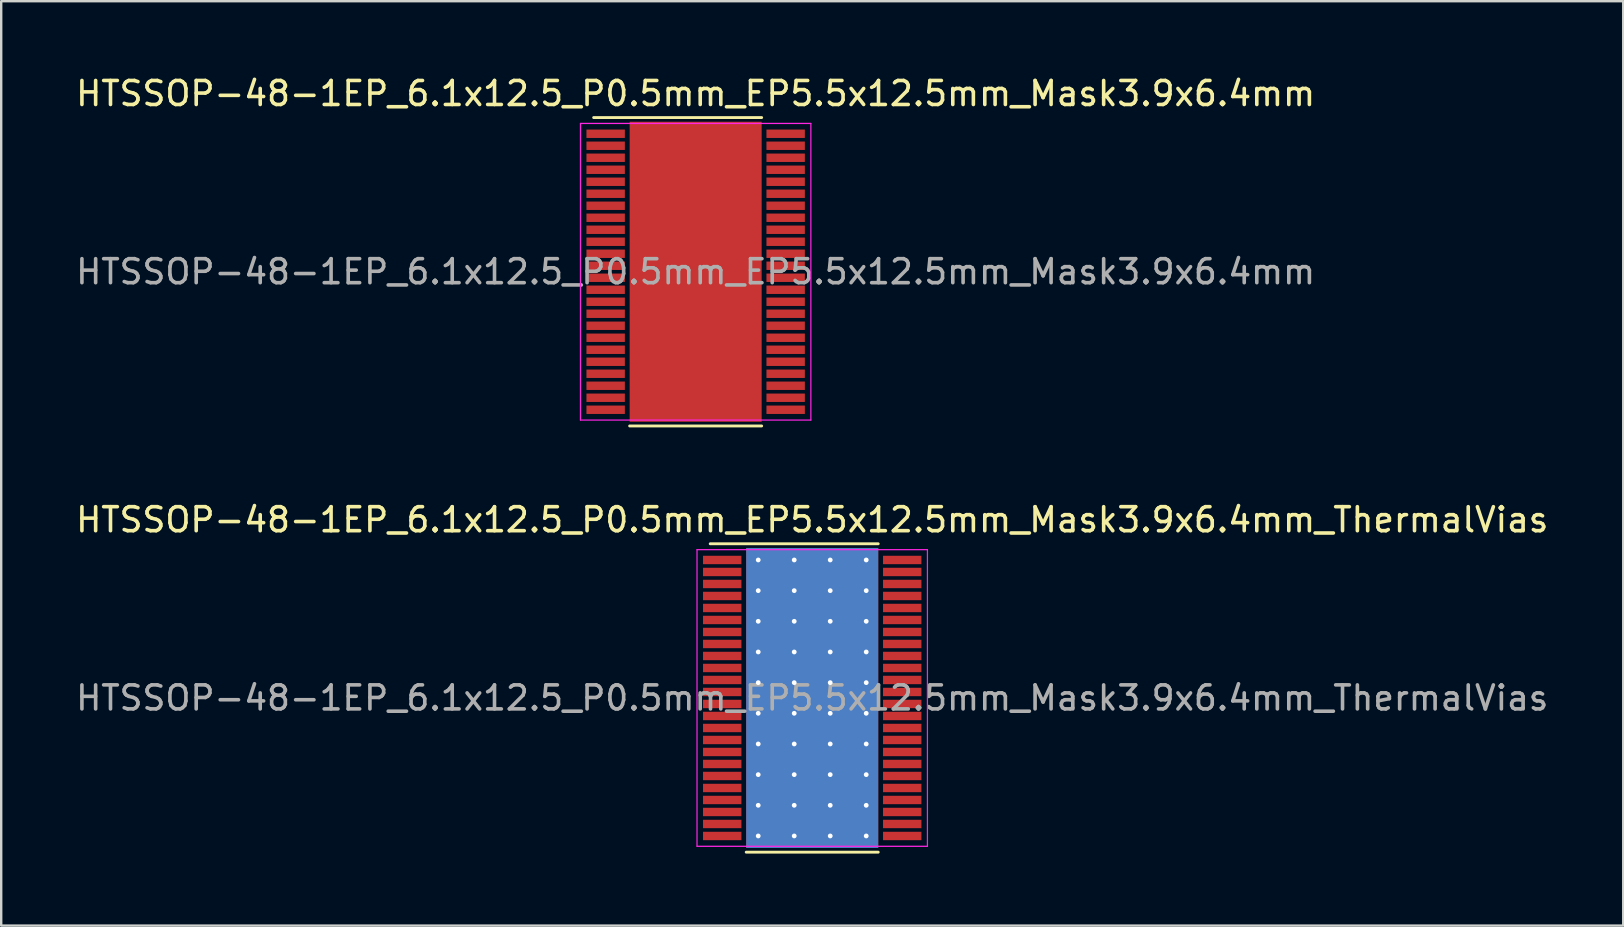
<source format=kicad_pcb>
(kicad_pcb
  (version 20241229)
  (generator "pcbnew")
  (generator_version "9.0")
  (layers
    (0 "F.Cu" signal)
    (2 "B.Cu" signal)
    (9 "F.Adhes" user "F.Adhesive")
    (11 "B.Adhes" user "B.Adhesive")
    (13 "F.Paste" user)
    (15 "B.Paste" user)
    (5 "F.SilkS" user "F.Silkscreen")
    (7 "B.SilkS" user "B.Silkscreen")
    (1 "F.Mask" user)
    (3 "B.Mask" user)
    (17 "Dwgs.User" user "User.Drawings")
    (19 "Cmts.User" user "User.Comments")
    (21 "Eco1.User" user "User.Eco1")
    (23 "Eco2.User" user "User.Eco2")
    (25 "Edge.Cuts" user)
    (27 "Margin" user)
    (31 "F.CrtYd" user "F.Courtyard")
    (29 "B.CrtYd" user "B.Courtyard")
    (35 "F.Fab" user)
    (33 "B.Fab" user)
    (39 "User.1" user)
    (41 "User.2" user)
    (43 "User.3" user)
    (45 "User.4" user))
  (footprint "HTSSOP-48-1EP_6.1x12.5_P0.5mm_EP5.5x12.5mm_Mask3.9x6.4mm_ThermalVias"
    (layer "F.Cu")
    (at 30.792 26.032)
    (property "Reference" "HTSSOP-48-1EP_6.1x12.5_P0.5mm_EP5.5x12.5mm_Mask3.9x6.4mm_ThermalVias" (at 0 -7.425 0) (layer "F.SilkS") (effects (font (size 1 1) (thickness 0.15))))
    (attr smd)
    (fp_line (start -4.25 -6.425) (end 2.75 -6.425) (stroke (width 0.12) (type solid)) (layer "F.SilkS"))
    (fp_line (start 2.75 6.425) (end -2.75 6.425) (stroke (width 0.12) (type solid)) (layer "F.SilkS"))
    (fp_line (start -4.8 -6.18) (end 4.8 -6.18) (stroke (width 0.05) (type solid)) (layer "F.CrtYd"))
    (fp_line (start -4.8 6.18) (end -4.8 -6.18) (stroke (width 0.05) (type solid)) (layer "F.CrtYd"))
    (fp_line (start 4.8 -6.18) (end 4.8 6.18) (stroke (width 0.05) (type solid)) (layer "F.CrtYd"))
    (fp_line (start 4.8 6.18) (end -4.8 6.18) (stroke (width 0.05) (type solid)) (layer "F.CrtYd"))
    (fp_text user "${REFERENCE}" (at 0 0 0) (layer "F.Fab") (effects (font (size 1 1) (thickness 0.15))))
    (pad "" smd rect (at -0.8 -1.5 270) (size 2.5 1.25) (layers "F.Paste"))
    (pad "" smd rect (at -0.8 1.5 270) (size 2.5 1.25) (layers "F.Paste"))
    (pad "" smd rect (at 0 0 270) (size 6.4 3.9) (layers "F.Mask"))
    (pad "" smd rect (at 0.8 -1.5 270) (size 2.5 1.25) (layers "F.Paste"))
    (pad "" smd rect (at 0.8 1.5 270) (size 2.5 1.25) (layers "F.Paste"))
    (pad "1" smd rect (at -3.75 -5.75 270) (size 0.35 1.6) (layers "F.Cu" "F.Mask" "F.Paste"))
    (pad "2" smd rect (at -3.75 -5.25 270) (size 0.35 1.6) (layers "F.Cu" "F.Mask" "F.Paste"))
    (pad "3" smd rect (at -3.75 -4.75 270) (size 0.35 1.6) (layers "F.Cu" "F.Mask" "F.Paste"))
    (pad "4" smd rect (at -3.75 -4.25 270) (size 0.35 1.6) (layers "F.Cu" "F.Mask" "F.Paste"))
    (pad "5" smd rect (at -3.75 -3.75 270) (size 0.35 1.6) (layers "F.Cu" "F.Mask" "F.Paste"))
    (pad "6" smd rect (at -3.75 -3.25 270) (size 0.35 1.6) (layers "F.Cu" "F.Mask" "F.Paste"))
    (pad "7" smd rect (at -3.75 -2.75 270) (size 0.35 1.6) (layers "F.Cu" "F.Mask" "F.Paste"))
    (pad "8" smd rect (at -3.75 -2.25 270) (size 0.35 1.6) (layers "F.Cu" "F.Mask" "F.Paste"))
    (pad "9" smd rect (at -3.75 -1.75 270) (size 0.35 1.6) (layers "F.Cu" "F.Mask" "F.Paste"))
    (pad "10" smd rect (at -3.75 -1.25 270) (size 0.35 1.6) (layers "F.Cu" "F.Mask" "F.Paste"))
    (pad "11" smd rect (at -3.75 -0.75 270) (size 0.35 1.6) (layers "F.Cu" "F.Mask" "F.Paste"))
    (pad "12" smd rect (at -3.75 -0.25 270) (size 0.35 1.6) (layers "F.Cu" "F.Mask" "F.Paste"))
    (pad "13" smd rect (at -3.75 0.25 270) (size 0.35 1.6) (layers "F.Cu" "F.Mask" "F.Paste"))
    (pad "14" smd rect (at -3.75 0.75 270) (size 0.35 1.6) (layers "F.Cu" "F.Mask" "F.Paste"))
    (pad "15" smd rect (at -3.75 1.25 270) (size 0.35 1.6) (layers "F.Cu" "F.Mask" "F.Paste"))
    (pad "16" smd rect (at -3.75 1.75 270) (size 0.35 1.6) (layers "F.Cu" "F.Mask" "F.Paste"))
    (pad "17" smd rect (at -3.75 2.25 270) (size 0.35 1.6) (layers "F.Cu" "F.Mask" "F.Paste"))
    (pad "18" smd rect (at -3.75 2.75 270) (size 0.35 1.6) (layers "F.Cu" "F.Mask" "F.Paste"))
    (pad "19" smd rect (at -3.75 3.25 270) (size 0.35 1.6) (layers "F.Cu" "F.Mask" "F.Paste"))
    (pad "20" smd rect (at -3.75 3.75 270) (size 0.35 1.6) (layers "F.Cu" "F.Mask" "F.Paste"))
    (pad "21" smd rect (at -3.75 4.25 270) (size 0.35 1.6) (layers "F.Cu" "F.Mask" "F.Paste"))
    (pad "22" smd rect (at -3.75 4.75 270) (size 0.35 1.6) (layers "F.Cu" "F.Mask" "F.Paste"))
    (pad "23" smd rect (at -3.75 5.25 270) (size 0.35 1.6) (layers "F.Cu" "F.Mask" "F.Paste"))
    (pad "24" smd rect (at -3.75 5.75 270) (size 0.35 1.6) (layers "F.Cu" "F.Mask" "F.Paste"))
    (pad "25" smd rect (at 3.75 5.75 270) (size 0.35 1.6) (layers "F.Cu" "F.Mask" "F.Paste"))
    (pad "26" smd rect (at 3.75 5.25 270) (size 0.35 1.6) (layers "F.Cu" "F.Mask" "F.Paste"))
    (pad "27" smd rect (at 3.75 4.75 270) (size 0.35 1.6) (layers "F.Cu" "F.Mask" "F.Paste"))
    (pad "28" smd rect (at 3.75 4.25 270) (size 0.35 1.6) (layers "F.Cu" "F.Mask" "F.Paste"))
    (pad "29" smd rect (at 3.75 3.75 270) (size 0.35 1.6) (layers "F.Cu" "F.Mask" "F.Paste"))
    (pad "30" smd rect (at 3.75 3.25 270) (size 0.35 1.6) (layers "F.Cu" "F.Mask" "F.Paste"))
    (pad "31" smd rect (at 3.75 2.75 270) (size 0.35 1.6) (layers "F.Cu" "F.Mask" "F.Paste"))
    (pad "32" smd rect (at 3.75 2.25 270) (size 0.35 1.6) (layers "F.Cu" "F.Mask" "F.Paste"))
    (pad "33" smd rect (at 3.75 1.75 270) (size 0.35 1.6) (layers "F.Cu" "F.Mask" "F.Paste"))
    (pad "34" smd rect (at 3.75 1.25 270) (size 0.35 1.6) (layers "F.Cu" "F.Mask" "F.Paste"))
    (pad "35" smd rect (at 3.75 0.75 270) (size 0.35 1.6) (layers "F.Cu" "F.Mask" "F.Paste"))
    (pad "36" smd rect (at 3.75 0.25 270) (size 0.35 1.6) (layers "F.Cu" "F.Mask" "F.Paste"))
    (pad "37" smd rect (at 3.75 -0.25 270) (size 0.35 1.6) (layers "F.Cu" "F.Mask" "F.Paste"))
    (pad "38" smd rect (at 3.75 -0.75 270) (size 0.35 1.6) (layers "F.Cu" "F.Mask" "F.Paste"))
    (pad "39" smd rect (at 3.75 -1.25 270) (size 0.35 1.6) (layers "F.Cu" "F.Mask" "F.Paste"))
    (pad "40" smd rect (at 3.75 -1.75 270) (size 0.35 1.6) (layers "F.Cu" "F.Mask" "F.Paste"))
    (pad "41" smd rect (at 3.75 -2.25 270) (size 0.35 1.6) (layers "F.Cu" "F.Mask" "F.Paste"))
    (pad "42" smd rect (at 3.75 -2.75 270) (size 0.35 1.6) (layers "F.Cu" "F.Mask" "F.Paste"))
    (pad "43" smd rect (at 3.75 -3.25 270) (size 0.35 1.6) (layers "F.Cu" "F.Mask" "F.Paste"))
    (pad "44" smd rect (at 3.75 -3.75 270) (size 0.35 1.6) (layers "F.Cu" "F.Mask" "F.Paste"))
    (pad "45" smd rect (at 3.75 -4.25 270) (size 0.35 1.6) (layers "F.Cu" "F.Mask" "F.Paste"))
    (pad "46" smd rect (at 3.75 -4.75 270) (size 0.35 1.6) (layers "F.Cu" "F.Mask" "F.Paste"))
    (pad "47" smd rect (at 3.75 -5.25 270) (size 0.35 1.6) (layers "F.Cu" "F.Mask" "F.Paste"))
    (pad "48" smd rect (at 3.75 -5.75 270) (size 0.35 1.6) (layers "F.Cu" "F.Mask" "F.Paste"))
    (pad "49" thru_hole circle (at -2.25 -5.75 270) (size 0.5 0.5) (drill 0.2) (layers "*.Cu"))
    (pad "49" thru_hole circle (at -2.25 -4.472 270) (size 0.5 0.5) (drill 0.2) (layers "*.Cu"))
    (pad "49" thru_hole circle (at -2.25 -3.195 270) (size 0.5 0.5) (drill 0.2) (layers "*.Cu"))
    (pad "49" thru_hole circle (at -2.25 -1.917 270) (size 0.5 0.5) (drill 0.2) (layers "*.Cu"))
    (pad "49" thru_hole circle (at -2.25 -0.639 270) (size 0.5 0.5) (drill 0.2) (layers "*.Cu"))
    (pad "49" thru_hole circle (at -2.25 0.638 270) (size 0.5 0.5) (drill 0.2) (layers "*.Cu"))
    (pad "49" thru_hole circle (at -2.25 1.916 270) (size 0.5 0.5) (drill 0.2) (layers "*.Cu"))
    (pad "49" thru_hole circle (at -2.25 3.194 270) (size 0.5 0.5) (drill 0.2) (layers "*.Cu"))
    (pad "49" thru_hole circle (at -2.25 4.472 270) (size 0.5 0.5) (drill 0.2) (layers "*.Cu"))
    (pad "49" thru_hole circle (at -2.25 5.749 270) (size 0.5 0.5) (drill 0.2) (layers "*.Cu"))
    (pad "49" thru_hole circle (at -0.75 -5.75 270) (size 0.5 0.5) (drill 0.2) (layers "*.Cu"))
    (pad "49" thru_hole circle (at -0.75 -4.472 270) (size 0.5 0.5) (drill 0.2) (layers "*.Cu"))
    (pad "49" thru_hole circle (at -0.75 -3.195 270) (size 0.5 0.5) (drill 0.2) (layers "*.Cu"))
    (pad "49" thru_hole circle (at -0.75 -1.917 270) (size 0.5 0.5) (drill 0.2) (layers "*.Cu"))
    (pad "49" thru_hole circle (at -0.75 -0.639 270) (size 0.5 0.5) (drill 0.2) (layers "*.Cu"))
    (pad "49" thru_hole circle (at -0.75 0.638 270) (size 0.5 0.5) (drill 0.2) (layers "*.Cu"))
    (pad "49" thru_hole circle (at -0.75 1.916 270) (size 0.5 0.5) (drill 0.2) (layers "*.Cu"))
    (pad "49" thru_hole circle (at -0.75 3.194 270) (size 0.5 0.5) (drill 0.2) (layers "*.Cu"))
    (pad "49" thru_hole circle (at -0.75 4.472 270) (size 0.5 0.5) (drill 0.2) (layers "*.Cu"))
    (pad "49" thru_hole circle (at -0.75 5.749 270) (size 0.5 0.5) (drill 0.2) (layers "*.Cu"))
    (pad "49" smd rect (at 0 0 270) (size 12.5 5.5) (layers "F.Cu"))
    (pad "49" smd rect (at 0 0 270) (size 12.5 5.5) (layers "B.Cu"))
    (pad "49" thru_hole circle (at 0.75 -5.75 270) (size 0.5 0.5) (drill 0.2) (layers "*.Cu"))
    (pad "49" thru_hole circle (at 0.75 -4.472 270) (size 0.5 0.5) (drill 0.2) (layers "*.Cu"))
    (pad "49" thru_hole circle (at 0.75 -3.195 270) (size 0.5 0.5) (drill 0.2) (layers "*.Cu"))
    (pad "49" thru_hole circle (at 0.75 -1.917 270) (size 0.5 0.5) (drill 0.2) (layers "*.Cu"))
    (pad "49" thru_hole circle (at 0.75 -0.639 270) (size 0.5 0.5) (drill 0.2) (layers "*.Cu"))
    (pad "49" thru_hole circle (at 0.75 0.638 270) (size 0.5 0.5) (drill 0.2) (layers "*.Cu"))
    (pad "49" thru_hole circle (at 0.75 1.916 270) (size 0.5 0.5) (drill 0.2) (layers "*.Cu"))
    (pad "49" thru_hole circle (at 0.75 3.194 270) (size 0.5 0.5) (drill 0.2) (layers "*.Cu"))
    (pad "49" thru_hole circle (at 0.75 4.472 270) (size 0.5 0.5) (drill 0.2) (layers "*.Cu"))
    (pad "49" thru_hole circle (at 0.75 5.749 270) (size 0.5 0.5) (drill 0.2) (layers "*.Cu"))
    (pad "49" thru_hole circle (at 2.25 -5.75 270) (size 0.5 0.5) (drill 0.2) (layers "*.Cu"))
    (pad "49" thru_hole circle (at 2.25 -4.472 270) (size 0.5 0.5) (drill 0.2) (layers "*.Cu"))
    (pad "49" thru_hole circle (at 2.25 -3.195 270) (size 0.5 0.5) (drill 0.2) (layers "*.Cu"))
    (pad "49" thru_hole circle (at 2.25 -1.917 270) (size 0.5 0.5) (drill 0.2) (layers "*.Cu"))
    (pad "49" thru_hole circle (at 2.25 -0.639 270) (size 0.5 0.5) (drill 0.2) (layers "*.Cu"))
    (pad "49" thru_hole circle (at 2.25 0.638 270) (size 0.5 0.5) (drill 0.2) (layers "*.Cu"))
    (pad "49" thru_hole circle (at 2.25 1.916 270) (size 0.5 0.5) (drill 0.2) (layers "*.Cu"))
    (pad "49" thru_hole circle (at 2.25 3.194 270) (size 0.5 0.5) (drill 0.2) (layers "*.Cu"))
    (pad "49" thru_hole circle (at 2.25 4.472 270) (size 0.5 0.5) (drill 0.2) (layers "*.Cu"))
    (pad "49" thru_hole circle (at 2.25 5.749 270) (size 0.5 0.5) (drill 0.2) (layers "*.Cu")))
  (footprint "HTSSOP-48-1EP_6.1x12.5_P0.5mm_EP5.5x12.5mm_Mask3.9x6.4mm"
    (layer "F.Cu")
    (at 25.935 8.273)
    (property "Reference" "HTSSOP-48-1EP_6.1x12.5_P0.5mm_EP5.5x12.5mm_Mask3.9x6.4mm" (at 0 -7.425 0) (layer "F.SilkS") (effects (font (size 1 1) (thickness 0.15))))
    (attr smd)
    (fp_line (start -4.25 -6.425) (end 2.75 -6.425) (stroke (width 0.12) (type solid)) (layer "F.SilkS"))
    (fp_line (start 2.75 6.425) (end -2.75 6.425) (stroke (width 0.12) (type solid)) (layer "F.SilkS"))
    (fp_line (start -4.8 -6.18) (end 4.8 -6.18) (stroke (width 0.05) (type solid)) (layer "F.CrtYd"))
    (fp_line (start -4.8 6.18) (end -4.8 -6.18) (stroke (width 0.05) (type solid)) (layer "F.CrtYd"))
    (fp_line (start 4.8 -6.18) (end 4.8 6.18) (stroke (width 0.05) (type solid)) (layer "F.CrtYd"))
    (fp_line (start 4.8 6.18) (end -4.8 6.18) (stroke (width 0.05) (type solid)) (layer "F.CrtYd"))
    (fp_text user "${REFERENCE}" (at 0 0 0) (layer "F.Fab") (effects (font (size 1 1) (thickness 0.15))))
    (pad "" smd rect (at -0.8 -1.5 270) (size 2.5 1.25) (layers "F.Paste"))
    (pad "" smd rect (at -0.8 1.5 270) (size 2.5 1.25) (layers "F.Paste"))
    (pad "" smd rect (at 0 0 270) (size 6.4 3.9) (layers "F.Mask"))
    (pad "" smd rect (at 0.8 -1.5 270) (size 2.5 1.25) (layers "F.Paste"))
    (pad "" smd rect (at 0.8 1.5 270) (size 2.5 1.25) (layers "F.Paste"))
    (pad "1" smd rect (at -3.75 -5.75 270) (size 0.35 1.6) (layers "F.Cu" "F.Mask" "F.Paste"))
    (pad "2" smd rect (at -3.75 -5.25 270) (size 0.35 1.6) (layers "F.Cu" "F.Mask" "F.Paste"))
    (pad "3" smd rect (at -3.75 -4.75 270) (size 0.35 1.6) (layers "F.Cu" "F.Mask" "F.Paste"))
    (pad "4" smd rect (at -3.75 -4.25 270) (size 0.35 1.6) (layers "F.Cu" "F.Mask" "F.Paste"))
    (pad "5" smd rect (at -3.75 -3.75 270) (size 0.35 1.6) (layers "F.Cu" "F.Mask" "F.Paste"))
    (pad "6" smd rect (at -3.75 -3.25 270) (size 0.35 1.6) (layers "F.Cu" "F.Mask" "F.Paste"))
    (pad "7" smd rect (at -3.75 -2.75 270) (size 0.35 1.6) (layers "F.Cu" "F.Mask" "F.Paste"))
    (pad "8" smd rect (at -3.75 -2.25 270) (size 0.35 1.6) (layers "F.Cu" "F.Mask" "F.Paste"))
    (pad "9" smd rect (at -3.75 -1.75 270) (size 0.35 1.6) (layers "F.Cu" "F.Mask" "F.Paste"))
    (pad "10" smd rect (at -3.75 -1.25 270) (size 0.35 1.6) (layers "F.Cu" "F.Mask" "F.Paste"))
    (pad "11" smd rect (at -3.75 -0.75 270) (size 0.35 1.6) (layers "F.Cu" "F.Mask" "F.Paste"))
    (pad "12" smd rect (at -3.75 -0.25 270) (size 0.35 1.6) (layers "F.Cu" "F.Mask" "F.Paste"))
    (pad "13" smd rect (at -3.75 0.25 270) (size 0.35 1.6) (layers "F.Cu" "F.Mask" "F.Paste"))
    (pad "14" smd rect (at -3.75 0.75 270) (size 0.35 1.6) (layers "F.Cu" "F.Mask" "F.Paste"))
    (pad "15" smd rect (at -3.75 1.25 270) (size 0.35 1.6) (layers "F.Cu" "F.Mask" "F.Paste"))
    (pad "16" smd rect (at -3.75 1.75 270) (size 0.35 1.6) (layers "F.Cu" "F.Mask" "F.Paste"))
    (pad "17" smd rect (at -3.75 2.25 270) (size 0.35 1.6) (layers "F.Cu" "F.Mask" "F.Paste"))
    (pad "18" smd rect (at -3.75 2.75 270) (size 0.35 1.6) (layers "F.Cu" "F.Mask" "F.Paste"))
    (pad "19" smd rect (at -3.75 3.25 270) (size 0.35 1.6) (layers "F.Cu" "F.Mask" "F.Paste"))
    (pad "20" smd rect (at -3.75 3.75 270) (size 0.35 1.6) (layers "F.Cu" "F.Mask" "F.Paste"))
    (pad "21" smd rect (at -3.75 4.25 270) (size 0.35 1.6) (layers "F.Cu" "F.Mask" "F.Paste"))
    (pad "22" smd rect (at -3.75 4.75 270) (size 0.35 1.6) (layers "F.Cu" "F.Mask" "F.Paste"))
    (pad "23" smd rect (at -3.75 5.25 270) (size 0.35 1.6) (layers "F.Cu" "F.Mask" "F.Paste"))
    (pad "24" smd rect (at -3.75 5.75 270) (size 0.35 1.6) (layers "F.Cu" "F.Mask" "F.Paste"))
    (pad "25" smd rect (at 3.75 5.75 270) (size 0.35 1.6) (layers "F.Cu" "F.Mask" "F.Paste"))
    (pad "26" smd rect (at 3.75 5.25 270) (size 0.35 1.6) (layers "F.Cu" "F.Mask" "F.Paste"))
    (pad "27" smd rect (at 3.75 4.75 270) (size 0.35 1.6) (layers "F.Cu" "F.Mask" "F.Paste"))
    (pad "28" smd rect (at 3.75 4.25 270) (size 0.35 1.6) (layers "F.Cu" "F.Mask" "F.Paste"))
    (pad "29" smd rect (at 3.75 3.75 270) (size 0.35 1.6) (layers "F.Cu" "F.Mask" "F.Paste"))
    (pad "30" smd rect (at 3.75 3.25 270) (size 0.35 1.6) (layers "F.Cu" "F.Mask" "F.Paste"))
    (pad "31" smd rect (at 3.75 2.75 270) (size 0.35 1.6) (layers "F.Cu" "F.Mask" "F.Paste"))
    (pad "32" smd rect (at 3.75 2.25 270) (size 0.35 1.6) (layers "F.Cu" "F.Mask" "F.Paste"))
    (pad "33" smd rect (at 3.75 1.75 270) (size 0.35 1.6) (layers "F.Cu" "F.Mask" "F.Paste"))
    (pad "34" smd rect (at 3.75 1.25 270) (size 0.35 1.6) (layers "F.Cu" "F.Mask" "F.Paste"))
    (pad "35" smd rect (at 3.75 0.75 270) (size 0.35 1.6) (layers "F.Cu" "F.Mask" "F.Paste"))
    (pad "36" smd rect (at 3.75 0.25 270) (size 0.35 1.6) (layers "F.Cu" "F.Mask" "F.Paste"))
    (pad "37" smd rect (at 3.75 -0.25 270) (size 0.35 1.6) (layers "F.Cu" "F.Mask" "F.Paste"))
    (pad "38" smd rect (at 3.75 -0.75 270) (size 0.35 1.6) (layers "F.Cu" "F.Mask" "F.Paste"))
    (pad "39" smd rect (at 3.75 -1.25 270) (size 0.35 1.6) (layers "F.Cu" "F.Mask" "F.Paste"))
    (pad "40" smd rect (at 3.75 -1.75 270) (size 0.35 1.6) (layers "F.Cu" "F.Mask" "F.Paste"))
    (pad "41" smd rect (at 3.75 -2.25 270) (size 0.35 1.6) (layers "F.Cu" "F.Mask" "F.Paste"))
    (pad "42" smd rect (at 3.75 -2.75 270) (size 0.35 1.6) (layers "F.Cu" "F.Mask" "F.Paste"))
    (pad "43" smd rect (at 3.75 -3.25 270) (size 0.35 1.6) (layers "F.Cu" "F.Mask" "F.Paste"))
    (pad "44" smd rect (at 3.75 -3.75 270) (size 0.35 1.6) (layers "F.Cu" "F.Mask" "F.Paste"))
    (pad "45" smd rect (at 3.75 -4.25 270) (size 0.35 1.6) (layers "F.Cu" "F.Mask" "F.Paste"))
    (pad "46" smd rect (at 3.75 -4.75 270) (size 0.35 1.6) (layers "F.Cu" "F.Mask" "F.Paste"))
    (pad "47" smd rect (at 3.75 -5.25 270) (size 0.35 1.6) (layers "F.Cu" "F.Mask" "F.Paste"))
    (pad "48" smd rect (at 3.75 -5.75 270) (size 0.35 1.6) (layers "F.Cu" "F.Mask" "F.Paste"))
    (pad "49" smd rect (at 0 0 270) (size 12.5 5.5) (layers "F.Cu")))
  (gr_rect
    (start -3 -3)
    (end 64.583 35.517)
    (stroke (width 0.1) (type default))
    (fill no)
    (layer "Edge.Cuts")))
</source>
